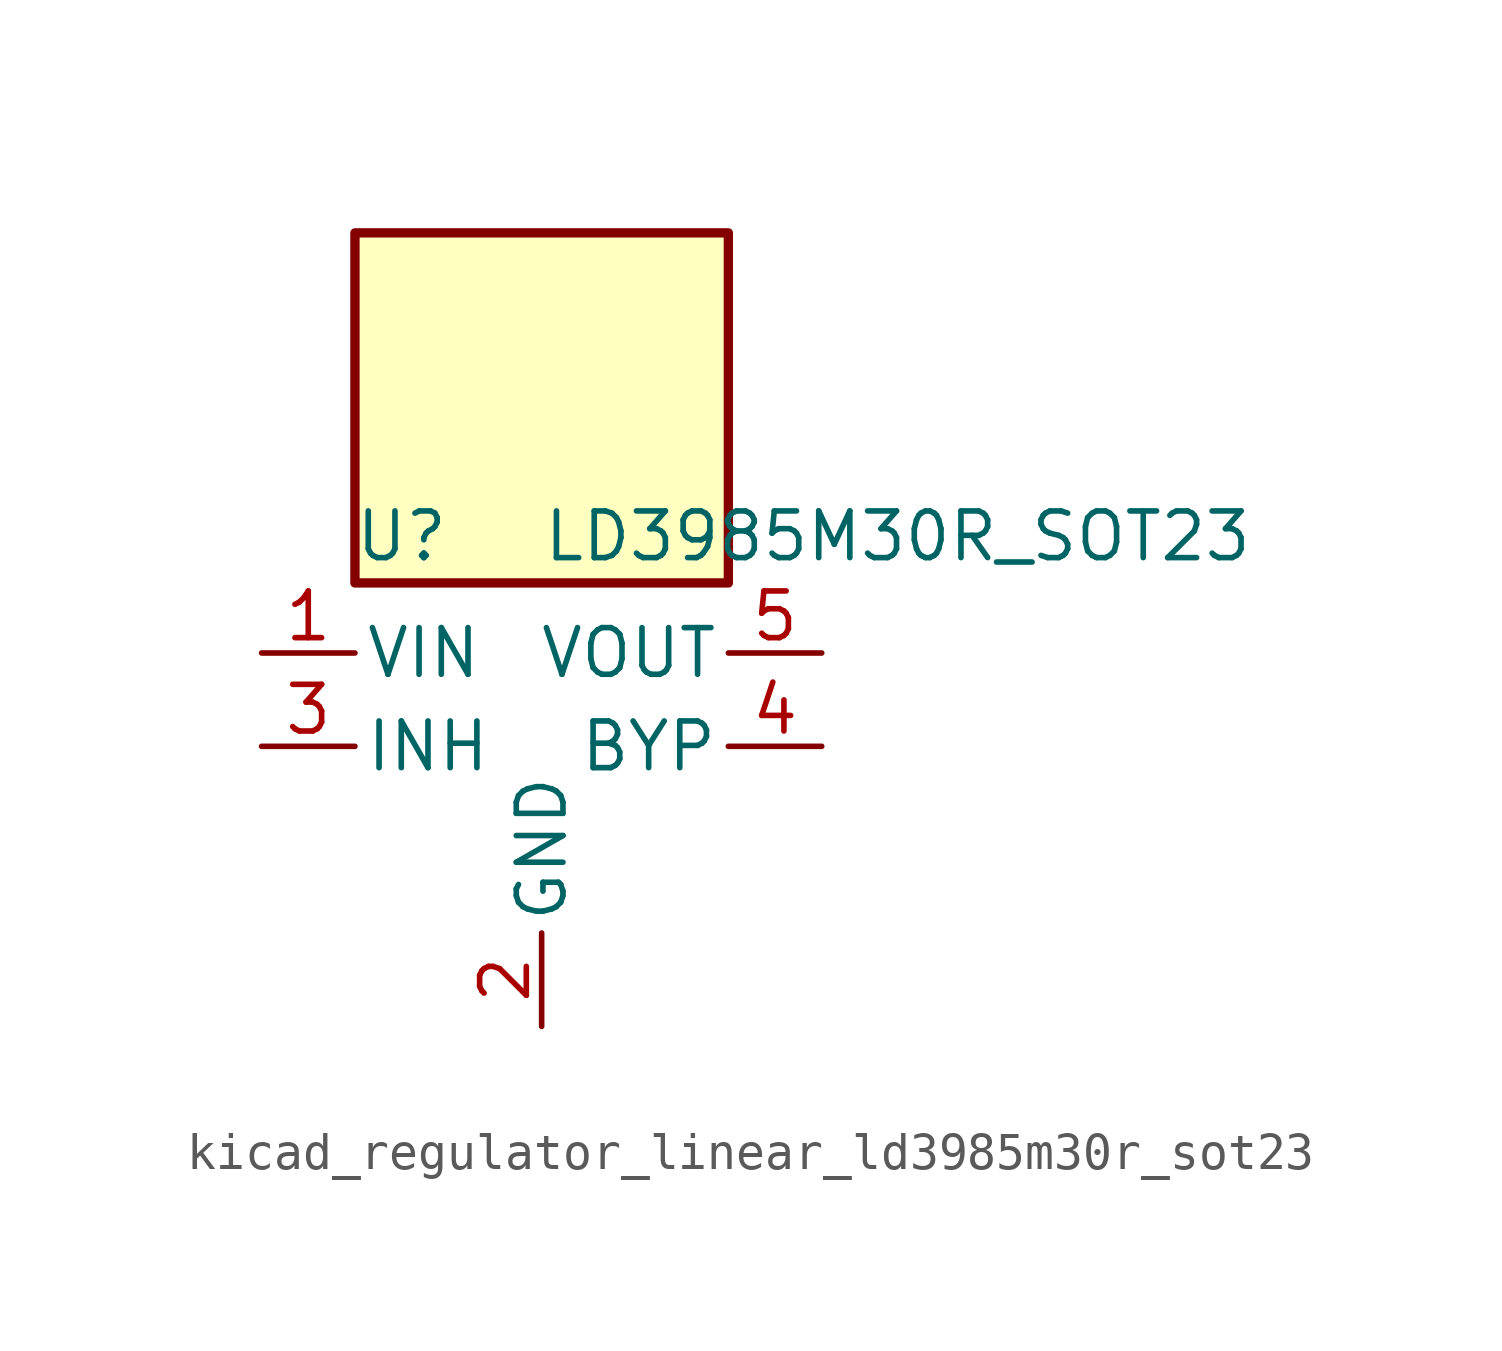
<source format=kicad_sym>
(kicad_symbol_lib
  (version 20220914)
  (generator kicad_symbol_editor)
  (symbol "kicad_regulator_linear_ld3985m30r_sot23"
    (pin_names
      (offset 0.254))
    (property "Reference" "U"
      (at -3.81 5.715 0)
      (effects (font (size 1.27 1.27))))
    (property "Value" "LD3985M30R_SOT23"
      (at 0 5.715 0)
      (effects (font (size 1.27 1.27)) (justify left)))
    (symbol "kicad_regulator_linear_ld3985m30r_sot23_0_1"
      (rectangle (start 5.08 13.97) (end -5.08 4.445) (stroke (width 0.254) (type default)) (fill (type background))))
    (symbol "kicad_regulator_linear_ld3985m30r_sot23_1_1"
      (pin power_in line (at -7.62 2.54 0) (length 2.54) (name "VIN" (effects (font (size 1.27 1.27)))) (number "1" (effects (font (size 1.27 1.27)))))
      (pin power_in line (at 0 -7.62 90) (length 2.54) (name "GND" (effects (font (size 1.27 1.27)))) (number "2" (effects (font (size 1.27 1.27)))))
      (pin input line (at -7.62 0 0) (length 2.54) (name "INH" (effects (font (size 1.27 1.27)))) (number "3" (effects (font (size 1.27 1.27)))))
      (pin input line (at 7.62 0 180) (length 2.54) (name "BYP" (effects (font (size 1.27 1.27)))) (number "4" (effects (font (size 1.27 1.27)))))
      (pin power_out line (at 7.62 2.54 180) (length 2.54) (name "VOUT" (effects (font (size 1.27 1.27)))) (number "5" (effects (font (size 1.27 1.27))))))))
</source>
